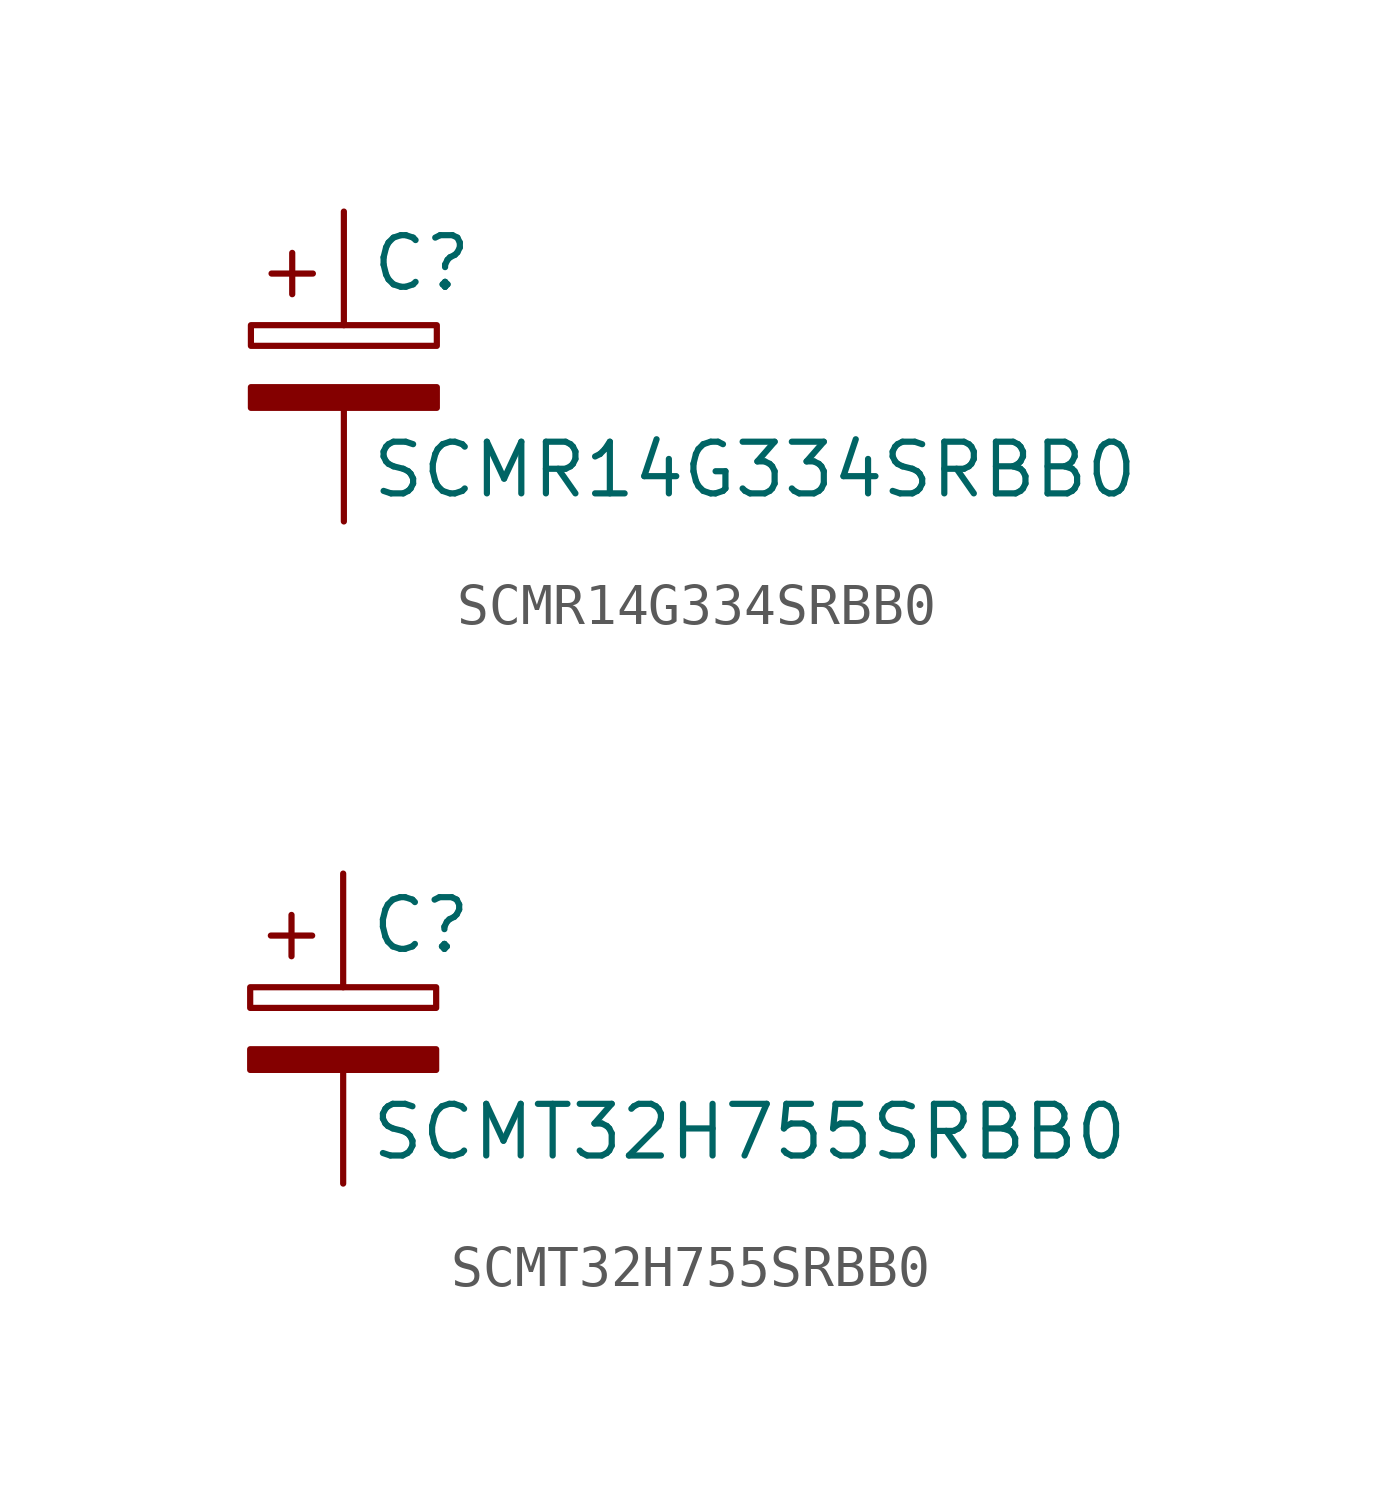
<source format=kicad_sym>
(kicad_symbol_lib
  (version 20231120)
  (generator "kicad_symbol_editor")
  (generator_version "8.0")
  (symbol "SCMR14G334SRBB0"
    (pin_numbers hide)
    (pin_names
      (offset 0.254))
    (property "Reference" "C"
      (at 0.635 2.54 0)
      (effects (font (size 1.27 1.27)) (justify left)))
    (property "Value" "SCMR14G334SRBB0"
      (at 0.635 -2.54 0)
      (effects (font (size 1.27 1.27)) (justify left)))
    (symbol "SCMR14G334SRBB0_0_1"
      (rectangle (start -2.286 0.508) (end 2.286 1.016) (stroke (width 0) (type default)) (fill (type none)))
      (polyline (pts (xy -1.778 2.286) (xy -0.762 2.286)) (stroke (width 0) (type default)) (fill (type none)))
      (polyline (pts (xy -1.27 2.794) (xy -1.27 1.778)) (stroke (width 0) (type default)) (fill (type none)))
      (rectangle (start 2.286 -0.508) (end -2.286 -1.016) (stroke (width 0) (type default)) (fill (type outline))))
    (symbol "SCMR14G334SRBB0_1_1"
      (pin passive line (at 0 3.81 270) (length 2.794) (name "~" (effects (font (size 1.27 1.27)))) (number "1" (effects (font (size 1.27 1.27)))))
      (pin passive line (at 0 -3.81 90) (length 2.794) (name "~" (effects (font (size 1.27 1.27)))) (number "2" (effects (font (size 1.27 1.27)))))))
  (symbol "SCMT32H755SRBB0"
    (pin_numbers hide)
    (pin_names
      (offset 0.254))
    (property "Reference" "C"
      (at 0.635 2.54 0)
      (effects (font (size 1.27 1.27)) (justify left)))
    (property "Value" "SCMT32H755SRBB0"
      (at 0.635 -2.54 0)
      (effects (font (size 1.27 1.27)) (justify left)))
    (symbol "SCMT32H755SRBB0_0_1"
      (rectangle (start -2.286 0.508) (end 2.286 1.016) (stroke (width 0) (type default)) (fill (type none)))
      (polyline (pts (xy -1.778 2.286) (xy -0.762 2.286)) (stroke (width 0) (type default)) (fill (type none)))
      (polyline (pts (xy -1.27 2.794) (xy -1.27 1.778)) (stroke (width 0) (type default)) (fill (type none)))
      (rectangle (start 2.286 -0.508) (end -2.286 -1.016) (stroke (width 0) (type default)) (fill (type outline))))
    (symbol "SCMT32H755SRBB0_1_1"
      (pin passive line (at 0 3.81 270) (length 2.794) (name "~" (effects (font (size 1.27 1.27)))) (number "1" (effects (font (size 1.27 1.27)))))
      (pin passive line (at 0 -3.81 90) (length 2.794) (name "~" (effects (font (size 1.27 1.27)))) (number "2" (effects (font (size 1.27 1.27))))))))
</source>
